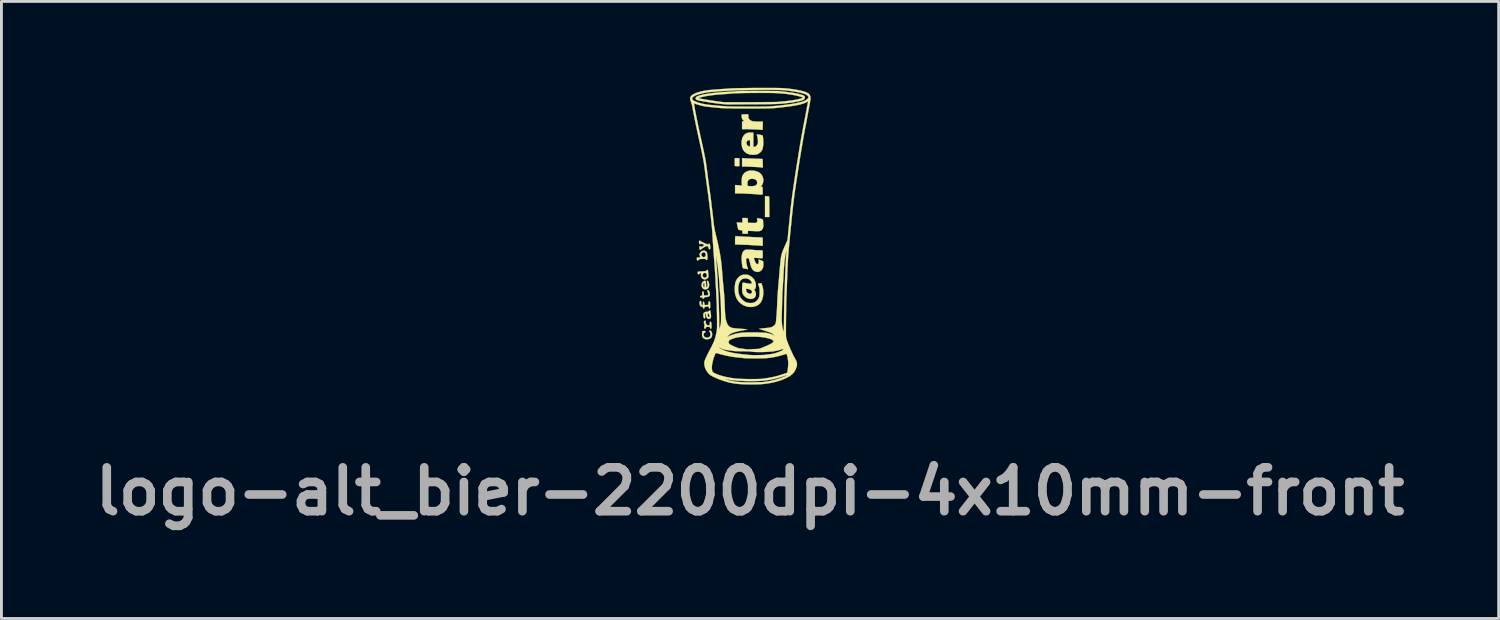
<source format=kicad_pcb>
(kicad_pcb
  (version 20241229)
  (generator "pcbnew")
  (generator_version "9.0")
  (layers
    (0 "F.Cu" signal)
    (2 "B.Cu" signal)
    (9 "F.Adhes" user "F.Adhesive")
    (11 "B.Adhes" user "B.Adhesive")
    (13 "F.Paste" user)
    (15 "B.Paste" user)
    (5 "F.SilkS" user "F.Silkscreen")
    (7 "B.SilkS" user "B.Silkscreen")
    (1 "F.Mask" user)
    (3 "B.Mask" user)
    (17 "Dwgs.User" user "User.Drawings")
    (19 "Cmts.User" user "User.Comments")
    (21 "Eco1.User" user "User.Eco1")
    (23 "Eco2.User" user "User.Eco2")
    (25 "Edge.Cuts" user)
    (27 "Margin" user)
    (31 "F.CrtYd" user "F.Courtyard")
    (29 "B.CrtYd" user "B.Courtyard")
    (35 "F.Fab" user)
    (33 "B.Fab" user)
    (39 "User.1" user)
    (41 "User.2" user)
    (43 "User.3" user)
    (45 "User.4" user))
  (footprint "logo-alt_bier-2200dpi-4x10mm-front"
    (layer "F.Cu")
    (at 23.012 5.148)
    (property "Reference" "logo-alt_bier-2200dpi-4x10mm-front" (at 0 8.875 0) (layer "F.Fab") (effects (font (size 1.524 1.524) (thickness 0.3))))
    (attr through_hole)
    (fp_poly (pts (xy 0.586 -1.379) (xy 0.623 -1.377) (xy 0.651 -1.375) (xy 0.661 -1.375) (xy 0.663 -1.363) (xy 0.665 -1.332) (xy 0.667 -1.283) (xy 0.668 -1.219) (xy 0.669 -1.143) (xy 0.67 -1.058) (xy 0.67 -1.016) (xy 0.67 -0.658) (xy 0.52 -0.658) (xy 0.52 -1.382) (xy 0.586 -1.379)) (stroke (width 0.01) (type solid)) (fill yes) (layer "F.SilkS"))
    (fp_poly (pts (xy -0.45 -2.704) (xy -0.369 -2.7) (xy -0.369 -2.425) (xy -0.45 -2.425) (xy -0.497 -2.426) (xy -0.524 -2.431) (xy -0.531 -2.439) (xy -0.532 -2.462) (xy -0.532 -2.5) (xy -0.532 -2.547) (xy -0.532 -2.595) (xy -0.532 -2.64) (xy -0.532 -2.673) (xy -0.532 -2.69) (xy -0.527 -2.699) (xy -0.511 -2.704) (xy -0.48 -2.705) (xy -0.45 -2.704)) (stroke (width 0.01) (type solid)) (fill yes) (layer "F.SilkS"))
    (fp_poly (pts (xy -0.17 -2.697) (xy -0.125 -2.695) (xy -0.063 -2.692) (xy 0.012 -2.689) (xy 0.093 -2.686) (xy 0.175 -2.683) (xy 0.185 -2.683) (xy 0.258 -2.681) (xy 0.322 -2.679) (xy 0.375 -2.677) (xy 0.413 -2.675) (xy 0.433 -2.675) (xy 0.435 -2.674) (xy 0.436 -2.663) (xy 0.437 -2.633) (xy 0.439 -2.588) (xy 0.441 -2.534) (xy 0.441 -2.526) (xy 0.446 -2.378) (xy 0.409 -2.378) (xy 0.383 -2.38) (xy 0.368 -2.384) (xy 0.368 -2.384) (xy 0.355 -2.386) (xy 0.323 -2.389) (xy 0.277 -2.392) (xy 0.22 -2.395) (xy 0.19 -2.396) (xy 0.124 -2.399) (xy 0.061 -2.402) (xy 0.007 -2.405) (xy -0.032 -2.407) (xy -0.04 -2.407) (xy -0.082 -2.409) (xy -0.135 -2.411) (xy -0.188 -2.412) (xy -0.277 -2.413) (xy -0.277 -2.705) (xy -0.17 -2.697)) (stroke (width 0.01) (type solid)) (fill yes) (layer "F.SilkS"))
    (fp_poly (pts (xy -1.389 3.281) (xy -1.363 3.297) (xy -1.339 3.329) (xy -1.323 3.371) (xy -1.316 3.417) (xy -1.316 3.42) (xy -1.325 3.485) (xy -1.35 3.535) (xy -1.392 3.569) (xy -1.451 3.587) (xy -1.495 3.591) (xy -1.554 3.586) (xy -1.597 3.57) (xy -1.601 3.568) (xy -1.635 3.536) (xy -1.659 3.49) (xy -1.67 3.44) (xy -1.666 3.401) (xy -1.66 3.371) (xy -1.663 3.348) (xy -1.663 3.347) (xy -1.666 3.326) (xy -1.649 3.311) (xy -1.615 3.303) (xy -1.598 3.302) (xy -1.566 3.304) (xy -1.551 3.31) (xy -1.547 3.324) (xy -1.547 3.325) (xy -1.558 3.348) (xy -1.575 3.359) (xy -1.599 3.38) (xy -1.612 3.412) (xy -1.611 3.45) (xy -1.599 3.486) (xy -1.576 3.514) (xy -1.567 3.519) (xy -1.517 3.534) (xy -1.466 3.534) (xy -1.421 3.519) (xy -1.402 3.505) (xy -1.38 3.467) (xy -1.373 3.421) (xy -1.381 3.374) (xy -1.398 3.344) (xy -1.413 3.316) (xy -1.414 3.293) (xy -1.401 3.281) (xy -1.389 3.281)) (stroke (width 0.01) (type solid)) (fill yes) (layer "F.SilkS"))
    (fp_poly (pts (xy -1.44 1.895) (xy -1.422 1.922) (xy -1.407 1.96) (xy -1.399 2.004) (xy -1.398 2.022) (xy -1.403 2.066) (xy -1.422 2.095) (xy -1.458 2.113) (xy -1.513 2.122) (xy -1.516 2.122) (xy -1.557 2.126) (xy -1.581 2.131) (xy -1.592 2.14) (xy -1.596 2.152) (xy -1.606 2.172) (xy -1.624 2.181) (xy -1.642 2.179) (xy -1.651 2.163) (xy -1.651 2.16) (xy -1.656 2.144) (xy -1.675 2.136) (xy -1.694 2.134) (xy -1.724 2.129) (xy -1.736 2.118) (xy -1.738 2.107) (xy -1.732 2.09) (xy -1.71 2.082) (xy -1.7 2.08) (xy -1.663 2.077) (xy -1.663 2.002) (xy -1.662 1.962) (xy -1.658 1.939) (xy -1.651 1.93) (xy -1.641 1.928) (xy -1.621 1.934) (xy -1.61 1.955) (xy -1.605 1.993) (xy -1.605 2.016) (xy -1.605 2.067) (xy -1.548 2.067) (xy -1.511 2.065) (xy -1.481 2.062) (xy -1.473 2.06) (xy -1.459 2.043) (xy -1.455 2.011) (xy -1.463 1.969) (xy -1.472 1.943) (xy -1.483 1.909) (xy -1.479 1.89) (xy -1.478 1.889) (xy -1.459 1.882) (xy -1.44 1.895)) (stroke (width 0.01) (type solid)) (fill yes) (layer "F.SilkS"))
    (fp_poly (pts (xy -1.547 1.566) (xy -1.538 1.592) (xy -1.532 1.637) (xy -1.529 1.674) (xy -1.525 1.723) (xy -1.52 1.761) (xy -1.515 1.785) (xy -1.511 1.79) (xy -1.499 1.781) (xy -1.488 1.765) (xy -1.481 1.736) (xy -1.482 1.69) (xy -1.491 1.624) (xy -1.496 1.595) (xy -1.5 1.569) (xy -1.494 1.56) (xy -1.477 1.561) (xy -1.454 1.575) (xy -1.436 1.608) (xy -1.425 1.657) (xy -1.421 1.706) (xy -1.429 1.764) (xy -1.453 1.81) (xy -1.49 1.842) (xy -1.535 1.858) (xy -1.586 1.854) (xy -1.619 1.841) (xy -1.655 1.809) (xy -1.677 1.765) (xy -1.686 1.715) (xy -1.684 1.698) (xy -1.633 1.698) (xy -1.632 1.723) (xy -1.623 1.749) (xy -1.607 1.78) (xy -1.595 1.788) (xy -1.586 1.774) (xy -1.582 1.737) (xy -1.582 1.715) (xy -1.584 1.667) (xy -1.591 1.64) (xy -1.601 1.635) (xy -1.615 1.651) (xy -1.623 1.667) (xy -1.633 1.698) (xy -1.684 1.698) (xy -1.68 1.663) (xy -1.661 1.617) (xy -1.628 1.583) (xy -1.617 1.576) (xy -1.584 1.561) (xy -1.562 1.557) (xy -1.547 1.566)) (stroke (width 0.01) (type solid)) (fill yes) (layer "F.SilkS"))
    (fp_poly (pts (xy -1.541 2.947) (xy -1.537 2.961) (xy -1.541 2.985) (xy -1.543 3.017) (xy -1.534 3.044) (xy -1.518 3.067) (xy -1.495 3.093) (xy -1.474 3.103) (xy -1.445 3.103) (xy -1.403 3.1) (xy -1.399 3.039) (xy -1.396 3.003) (xy -1.389 2.985) (xy -1.377 2.979) (xy -1.375 2.979) (xy -1.36 2.987) (xy -1.349 3.012) (xy -1.342 3.057) (xy -1.34 3.122) (xy -1.339 3.143) (xy -1.34 3.185) (xy -1.343 3.208) (xy -1.35 3.219) (xy -1.362 3.221) (xy -1.363 3.221) (xy -1.382 3.213) (xy -1.393 3.188) (xy -1.393 3.185) (xy -1.4 3.161) (xy -1.414 3.154) (xy -1.435 3.157) (xy -1.473 3.162) (xy -1.502 3.163) (xy -1.526 3.167) (xy -1.535 3.181) (xy -1.536 3.192) (xy -1.541 3.215) (xy -1.557 3.221) (xy -1.579 3.217) (xy -1.586 3.213) (xy -1.592 3.196) (xy -1.593 3.167) (xy -1.591 3.136) (xy -1.586 3.112) (xy -1.58 3.103) (xy -1.574 3.093) (xy -1.585 3.072) (xy -1.585 3.071) (xy -1.602 3.034) (xy -1.605 2.997) (xy -1.594 2.966) (xy -1.572 2.947) (xy -1.555 2.944) (xy -1.541 2.947)) (stroke (width 0.01) (type solid)) (fill yes) (layer "F.SilkS"))
    (fp_poly (pts (xy -0.457 0.009) (xy -0.413 0.012) (xy -0.402 0.013) (xy -0.356 0.016) (xy -0.295 0.02) (xy -0.224 0.024) (xy -0.151 0.028) (xy -0.123 0.029) (xy -0.057 0.032) (xy 0.004 0.035) (xy 0.053 0.038) (xy 0.087 0.04) (xy 0.098 0.041) (xy 0.123 0.043) (xy 0.165 0.045) (xy 0.218 0.046) (xy 0.278 0.047) (xy 0.28 0.047) (xy 0.336 0.049) (xy 0.384 0.052) (xy 0.418 0.055) (xy 0.434 0.06) (xy 0.435 0.06) (xy 0.437 0.075) (xy 0.439 0.109) (xy 0.441 0.155) (xy 0.441 0.206) (xy 0.441 0.341) (xy 0.411 0.342) (xy 0.388 0.341) (xy 0.378 0.34) (xy 0.366 0.338) (xy 0.335 0.335) (xy 0.29 0.333) (xy 0.234 0.33) (xy 0.213 0.329) (xy 0.152 0.326) (xy 0.097 0.322) (xy 0.054 0.32) (xy 0.027 0.317) (xy 0.024 0.317) (xy 0.004 0.315) (xy -0.035 0.313) (xy -0.089 0.311) (xy -0.155 0.308) (xy -0.23 0.306) (xy -0.262 0.304) (xy -0.52 0.297) (xy -0.52 0.155) (xy -0.519 0.087) (xy -0.515 0.04) (xy -0.511 0.014) (xy -0.507 0.009) (xy -0.49 0.008) (xy -0.457 0.009)) (stroke (width 0.01) (type solid)) (fill yes) (layer "F.SilkS"))
    (fp_poly (pts (xy -0.082 -4.227) (xy -0.078 -4.226) (xy -0.067 -4.222) (xy -0.06 -4.208) (xy -0.058 -4.178) (xy -0.058 -4.155) (xy -0.057 -4.114) (xy -0.051 -4.088) (xy -0.037 -4.065) (xy -0.014 -4.041) (xy 0.015 -4.016) (xy 0.05 -3.998) (xy 0.093 -3.985) (xy 0.149 -3.977) (xy 0.221 -3.973) (xy 0.298 -3.972) (xy 0.445 -3.972) (xy 0.442 -3.853) (xy 0.441 -3.801) (xy 0.44 -3.754) (xy 0.44 -3.721) (xy 0.439 -3.709) (xy 0.433 -3.688) (xy 0.412 -3.683) (xy 0.389 -3.685) (xy 0.38 -3.688) (xy 0.367 -3.69) (xy 0.335 -3.693) (xy 0.287 -3.696) (xy 0.228 -3.699) (xy 0.161 -3.702) (xy 0.089 -3.705) (xy 0.018 -3.708) (xy -0.05 -3.71) (xy -0.11 -3.711) (xy -0.159 -3.712) (xy -0.277 -3.712) (xy -0.277 -3.848) (xy -0.277 -3.983) (xy -0.203 -3.983) (xy -0.233 -4.015) (xy -0.257 -4.044) (xy -0.276 -4.072) (xy -0.277 -4.074) (xy -0.284 -4.098) (xy -0.289 -4.132) (xy -0.292 -4.169) (xy -0.292 -4.201) (xy -0.288 -4.218) (xy -0.287 -4.219) (xy -0.275 -4.221) (xy -0.245 -4.223) (xy -0.205 -4.225) (xy -0.16 -4.226) (xy -0.117 -4.227) (xy -0.082 -4.227)) (stroke (width 0.01) (type solid)) (fill yes) (layer "F.SilkS"))
    (fp_poly (pts (xy -1.386 2.589) (xy -1.378 2.602) (xy -1.373 2.63) (xy -1.37 2.658) (xy -1.365 2.706) (xy -1.359 2.752) (xy -1.356 2.777) (xy -1.357 2.822) (xy -1.374 2.857) (xy -1.401 2.879) (xy -1.434 2.886) (xy -1.468 2.875) (xy -1.488 2.859) (xy -1.514 2.818) (xy -1.531 2.765) (xy -1.536 2.722) (xy -1.537 2.709) (xy -1.477 2.709) (xy -1.475 2.741) (xy -1.475 2.742) (xy -1.467 2.781) (xy -1.453 2.81) (xy -1.438 2.826) (xy -1.423 2.826) (xy -1.413 2.807) (xy -1.411 2.797) (xy -1.413 2.768) (xy -1.423 2.735) (xy -1.439 2.707) (xy -1.456 2.691) (xy -1.461 2.69) (xy -1.473 2.694) (xy -1.477 2.709) (xy -1.537 2.709) (xy -1.539 2.7) (xy -1.55 2.697) (xy -1.554 2.698) (xy -1.566 2.707) (xy -1.569 2.727) (xy -1.566 2.758) (xy -1.561 2.796) (xy -1.557 2.827) (xy -1.556 2.834) (xy -1.561 2.854) (xy -1.578 2.861) (xy -1.596 2.859) (xy -1.608 2.844) (xy -1.616 2.821) (xy -1.627 2.754) (xy -1.622 2.702) (xy -1.598 2.665) (xy -1.556 2.642) (xy -1.496 2.633) (xy -1.483 2.632) (xy -1.45 2.63) (xy -1.434 2.621) (xy -1.428 2.609) (xy -1.413 2.59) (xy -1.399 2.586) (xy -1.386 2.589)) (stroke (width 0.01) (type solid)) (fill yes) (layer "F.SilkS"))
    (fp_poly (pts (xy -1.708 2.261) (xy -1.699 2.287) (xy -1.697 2.316) (xy -1.693 2.365) (xy -1.68 2.398) (xy -1.661 2.413) (xy -1.657 2.413) (xy -1.646 2.405) (xy -1.64 2.38) (xy -1.637 2.347) (xy -1.633 2.307) (xy -1.627 2.286) (xy -1.616 2.28) (xy -1.603 2.29) (xy -1.593 2.321) (xy -1.589 2.341) (xy -1.578 2.403) (xy -1.514 2.399) (xy -1.449 2.396) (xy -1.445 2.335) (xy -1.442 2.299) (xy -1.435 2.28) (xy -1.424 2.275) (xy -1.421 2.274) (xy -1.406 2.278) (xy -1.395 2.29) (xy -1.389 2.314) (xy -1.386 2.354) (xy -1.385 2.414) (xy -1.386 2.463) (xy -1.388 2.493) (xy -1.392 2.51) (xy -1.4 2.516) (xy -1.409 2.517) (xy -1.427 2.51) (xy -1.432 2.489) (xy -1.434 2.467) (xy -1.443 2.456) (xy -1.465 2.452) (xy -1.504 2.454) (xy -1.516 2.456) (xy -1.553 2.46) (xy -1.573 2.467) (xy -1.581 2.479) (xy -1.584 2.492) (xy -1.594 2.519) (xy -1.61 2.526) (xy -1.626 2.514) (xy -1.634 2.494) (xy -1.643 2.469) (xy -1.661 2.46) (xy -1.673 2.459) (xy -1.705 2.451) (xy -1.726 2.436) (xy -1.742 2.407) (xy -1.751 2.366) (xy -1.753 2.322) (xy -1.748 2.285) (xy -1.74 2.27) (xy -1.722 2.255) (xy -1.708 2.261)) (stroke (width 0.01) (type solid)) (fill yes) (layer "F.SilkS"))
    (fp_poly (pts (xy -1.577 0.513) (xy -1.534 0.533) (xy -1.505 0.564) (xy -1.496 0.589) (xy -1.489 0.628) (xy -1.484 0.676) (xy -1.481 0.727) (xy -1.482 0.773) (xy -1.485 0.809) (xy -1.491 0.828) (xy -1.51 0.836) (xy -1.528 0.829) (xy -1.536 0.813) (xy -1.542 0.803) (xy -1.563 0.798) (xy -1.604 0.797) (xy -1.609 0.797) (xy -1.686 0.799) (xy -1.741 0.805) (xy -1.776 0.815) (xy -1.789 0.83) (xy -1.79 0.833) (xy -1.799 0.849) (xy -1.819 0.855) (xy -1.839 0.847) (xy -1.84 0.847) (xy -1.845 0.831) (xy -1.847 0.802) (xy -1.847 0.795) (xy -1.847 0.75) (xy -1.788 0.75) (xy -1.754 0.75) (xy -1.737 0.746) (xy -1.734 0.736) (xy -1.737 0.724) (xy -1.748 0.677) (xy -1.75 0.652) (xy -1.697 0.652) (xy -1.687 0.685) (xy -1.662 0.716) (xy -1.63 0.735) (xy -1.611 0.739) (xy -1.581 0.731) (xy -1.559 0.716) (xy -1.541 0.683) (xy -1.538 0.643) (xy -1.55 0.604) (xy -1.574 0.575) (xy -1.575 0.575) (xy -1.606 0.566) (xy -1.64 0.575) (xy -1.671 0.596) (xy -1.692 0.626) (xy -1.697 0.652) (xy -1.75 0.652) (xy -1.751 0.643) (xy -1.745 0.613) (xy -1.739 0.597) (xy -1.711 0.553) (xy -1.67 0.524) (xy -1.624 0.511) (xy -1.577 0.513)) (stroke (width 0.01) (type solid)) (fill yes) (layer "F.SilkS"))
    (fp_poly (pts (xy -1.471 1.185) (xy -1.462 1.2) (xy -1.458 1.229) (xy -1.457 1.241) (xy -1.454 1.288) (xy -1.449 1.341) (xy -1.447 1.365) (xy -1.445 1.404) (xy -1.448 1.429) (xy -1.459 1.449) (xy -1.481 1.472) (xy -1.527 1.504) (xy -1.576 1.513) (xy -1.628 1.499) (xy -1.647 1.489) (xy -1.685 1.452) (xy -1.705 1.402) (xy -1.705 1.365) (xy -1.651 1.365) (xy -1.642 1.405) (xy -1.619 1.434) (xy -1.588 1.451) (xy -1.554 1.452) (xy -1.522 1.436) (xy -1.518 1.431) (xy -1.5 1.398) (xy -1.498 1.36) (xy -1.509 1.323) (xy -1.532 1.295) (xy -1.563 1.282) (xy -1.57 1.282) (xy -1.603 1.292) (xy -1.632 1.317) (xy -1.649 1.35) (xy -1.651 1.365) (xy -1.705 1.365) (xy -1.705 1.345) (xy -1.701 1.313) (xy -1.704 1.298) (xy -1.716 1.293) (xy -1.727 1.293) (xy -1.754 1.301) (xy -1.763 1.316) (xy -1.777 1.335) (xy -1.79 1.339) (xy -1.805 1.332) (xy -1.814 1.307) (xy -1.816 1.296) (xy -1.818 1.266) (xy -1.817 1.246) (xy -1.816 1.244) (xy -1.803 1.239) (xy -1.774 1.236) (xy -1.75 1.235) (xy -1.707 1.234) (xy -1.652 1.232) (xy -1.601 1.228) (xy -1.556 1.223) (xy -1.529 1.218) (xy -1.516 1.211) (xy -1.512 1.2) (xy -1.512 1.198) (xy -1.506 1.182) (xy -1.486 1.18) (xy -1.471 1.185)) (stroke (width 0.01) (type solid)) (fill yes) (layer "F.SilkS"))
    (fp_poly (pts (xy -1.735 0.166) (xy -1.724 0.177) (xy -1.711 0.187) (xy -1.681 0.203) (xy -1.641 0.223) (xy -1.594 0.245) (xy -1.548 0.266) (xy -1.505 0.284) (xy -1.473 0.296) (xy -1.455 0.3) (xy -1.445 0.291) (xy -1.443 0.283) (xy -1.434 0.269) (xy -1.422 0.266) (xy -1.405 0.274) (xy -1.393 0.301) (xy -1.387 0.347) (xy -1.385 0.401) (xy -1.386 0.437) (xy -1.39 0.455) (xy -1.399 0.461) (xy -1.411 0.46) (xy -1.43 0.452) (xy -1.439 0.432) (xy -1.441 0.414) (xy -1.447 0.383) (xy -1.464 0.365) (xy -1.478 0.358) (xy -1.496 0.352) (xy -1.513 0.352) (xy -1.535 0.36) (xy -1.567 0.376) (xy -1.606 0.399) (xy -1.647 0.424) (xy -1.681 0.447) (xy -1.701 0.464) (xy -1.705 0.469) (xy -1.72 0.483) (xy -1.731 0.485) (xy -1.746 0.479) (xy -1.755 0.457) (xy -1.759 0.432) (xy -1.762 0.398) (xy -1.762 0.374) (xy -1.76 0.368) (xy -1.743 0.358) (xy -1.723 0.363) (xy -1.713 0.375) (xy -1.706 0.383) (xy -1.691 0.381) (xy -1.663 0.367) (xy -1.653 0.362) (xy -1.614 0.339) (xy -1.594 0.324) (xy -1.593 0.312) (xy -1.609 0.301) (xy -1.634 0.29) (xy -1.68 0.272) (xy -1.708 0.266) (xy -1.72 0.273) (xy -1.72 0.277) (xy -1.73 0.287) (xy -1.742 0.289) (xy -1.758 0.282) (xy -1.768 0.259) (xy -1.771 0.243) (xy -1.774 0.21) (xy -1.772 0.183) (xy -1.771 0.18) (xy -1.756 0.164) (xy -1.735 0.166)) (stroke (width 0.01) (type solid)) (fill yes) (layer "F.SilkS"))
    (fp_poly (pts (xy -0.122 -0.622) (xy -0.092 -0.618) (xy -0.08 -0.611) (xy -0.08 -0.609) (xy -0.079 -0.59) (xy -0.078 -0.557) (xy -0.077 -0.525) (xy -0.075 -0.456) (xy 0.067 -0.452) (xy 0.129 -0.451) (xy 0.171 -0.452) (xy 0.199 -0.454) (xy 0.218 -0.459) (xy 0.231 -0.468) (xy 0.233 -0.47) (xy 0.247 -0.486) (xy 0.252 -0.506) (xy 0.251 -0.539) (xy 0.25 -0.555) (xy 0.243 -0.619) (xy 0.341 -0.602) (xy 0.397 -0.59) (xy 0.432 -0.578) (xy 0.445 -0.567) (xy 0.449 -0.548) (xy 0.453 -0.512) (xy 0.456 -0.464) (xy 0.458 -0.427) (xy 0.46 -0.371) (xy 0.46 -0.332) (xy 0.456 -0.303) (xy 0.449 -0.279) (xy 0.437 -0.254) (xy 0.417 -0.221) (xy 0.396 -0.196) (xy 0.369 -0.18) (xy 0.333 -0.17) (xy 0.284 -0.165) (xy 0.219 -0.165) (xy 0.156 -0.168) (xy 0.093 -0.171) (xy 0.036 -0.173) (xy -0.01 -0.175) (xy -0.04 -0.177) (xy -0.046 -0.177) (xy -0.064 -0.176) (xy -0.073 -0.166) (xy -0.076 -0.142) (xy -0.076 -0.127) (xy -0.077 -0.075) (xy -0.122 -0.075) (xy -0.165 -0.076) (xy -0.211 -0.078) (xy -0.216 -0.079) (xy -0.266 -0.082) (xy -0.266 -0.139) (xy -0.267 -0.174) (xy -0.273 -0.192) (xy -0.285 -0.197) (xy -0.286 -0.197) (xy -0.319 -0.199) (xy -0.356 -0.204) (xy -0.387 -0.211) (xy -0.404 -0.217) (xy -0.405 -0.218) (xy -0.41 -0.231) (xy -0.418 -0.261) (xy -0.428 -0.302) (xy -0.438 -0.348) (xy -0.448 -0.393) (xy -0.456 -0.432) (xy -0.461 -0.458) (xy -0.462 -0.465) (xy -0.451 -0.468) (xy -0.423 -0.469) (xy -0.382 -0.468) (xy -0.364 -0.467) (xy -0.266 -0.459) (xy -0.266 -0.623) (xy -0.173 -0.623) (xy -0.122 -0.622)) (stroke (width 0.01) (type solid)) (fill yes) (layer "F.SilkS"))
    (fp_poly (pts (xy 0.078 -3.592) (xy 0.115 -3.591) (xy 0.115 -3.094) (xy 0.149 -3.094) (xy 0.182 -3.101) (xy 0.211 -3.117) (xy 0.248 -3.16) (xy 0.27 -3.217) (xy 0.276 -3.29) (xy 0.267 -3.378) (xy 0.255 -3.435) (xy 0.245 -3.477) (xy 0.238 -3.51) (xy 0.235 -3.528) (xy 0.235 -3.53) (xy 0.247 -3.529) (xy 0.275 -3.525) (xy 0.313 -3.519) (xy 0.354 -3.512) (xy 0.393 -3.505) (xy 0.422 -3.499) (xy 0.435 -3.495) (xy 0.435 -3.495) (xy 0.441 -3.478) (xy 0.448 -3.442) (xy 0.454 -3.395) (xy 0.458 -3.339) (xy 0.461 -3.281) (xy 0.461 -3.274) (xy 0.459 -3.175) (xy 0.448 -3.086) (xy 0.43 -3.013) (xy 0.415 -2.978) (xy 0.379 -2.927) (xy 0.328 -2.882) (xy 0.27 -2.847) (xy 0.238 -2.834) (xy 0.17 -2.821) (xy 0.094 -2.818) (xy 0.018 -2.824) (xy -0.043 -2.839) (xy -0.127 -2.877) (xy -0.194 -2.93) (xy -0.243 -2.997) (xy -0.276 -3.079) (xy -0.292 -3.177) (xy -0.294 -3.204) (xy -0.294 -3.215) (xy -0.127 -3.215) (xy -0.109 -3.171) (xy -0.088 -3.145) (xy -0.059 -3.122) (xy -0.033 -3.108) (xy -0.024 -3.106) (xy -0.013 -3.107) (xy -0.006 -3.114) (xy -0.002 -3.13) (xy -0.000465 -3.161) (xy -0.000009 -3.209) (xy 0 -3.222) (xy -0.000414 -3.275) (xy -0.002 -3.309) (xy -0.006 -3.327) (xy -0.012 -3.333) (xy -0.018 -3.332) (xy -0.045 -3.326) (xy -0.053 -3.325) (xy -0.073 -3.317) (xy -0.097 -3.299) (xy -0.099 -3.297) (xy -0.124 -3.258) (xy -0.127 -3.215) (xy -0.294 -3.215) (xy -0.29 -3.309) (xy -0.269 -3.4) (xy -0.231 -3.474) (xy -0.194 -3.518) (xy -0.153 -3.552) (xy -0.106 -3.574) (xy -0.051 -3.588) (xy 0.018 -3.593) (xy 0.078 -3.592)) (stroke (width 0.01) (type solid)) (fill yes) (layer "F.SilkS"))
    (fp_poly (pts (xy 0.086 -2.272) (xy 0.187 -2.257) (xy 0.275 -2.226) (xy 0.347 -2.181) (xy 0.403 -2.123) (xy 0.441 -2.052) (xy 0.46 -1.971) (xy 0.462 -1.934) (xy 0.455 -1.86) (xy 0.432 -1.797) (xy 0.402 -1.752) (xy 0.383 -1.724) (xy 0.381 -1.71) (xy 0.397 -1.706) (xy 0.412 -1.708) (xy 0.424 -1.705) (xy 0.433 -1.693) (xy 0.438 -1.667) (xy 0.441 -1.625) (xy 0.441 -1.563) (xy 0.441 -1.56) (xy 0.441 -1.506) (xy 0.439 -1.469) (xy 0.431 -1.447) (xy 0.414 -1.437) (xy 0.384 -1.435) (xy 0.337 -1.439) (xy 0.294 -1.443) (xy 0.249 -1.447) (xy 0.187 -1.452) (xy 0.117 -1.456) (xy 0.044 -1.46) (xy 0.023 -1.461) (xy -0.04 -1.464) (xy -0.096 -1.467) (xy -0.139 -1.47) (xy -0.167 -1.472) (xy -0.173 -1.473) (xy -0.191 -1.474) (xy -0.226 -1.475) (xy -0.276 -1.476) (xy -0.334 -1.477) (xy -0.355 -1.477) (xy -0.52 -1.478) (xy -0.52 -1.769) (xy -0.275 -1.753) (xy -0.283 -1.778) (xy -0.287 -1.801) (xy -0.289 -1.833) (xy -0.092 -1.833) (xy -0.091 -1.785) (xy -0.084 -1.755) (xy -0.069 -1.739) (xy -0.041 -1.732) (xy -0.007 -1.729) (xy 0.083 -1.729) (xy 0.153 -1.739) (xy 0.202 -1.759) (xy 0.218 -1.772) (xy 0.24 -1.8) (xy 0.248 -1.835) (xy 0.248 -1.852) (xy 0.238 -1.904) (xy 0.209 -1.944) (xy 0.162 -1.971) (xy 0.099 -1.985) (xy 0.069 -1.986) (xy 0.004 -1.978) (xy -0.044 -1.953) (xy -0.076 -1.913) (xy -0.091 -1.858) (xy -0.092 -1.833) (xy -0.289 -1.833) (xy -0.289 -1.84) (xy -0.291 -1.889) (xy -0.291 -1.916) (xy -0.287 -2.001) (xy -0.272 -2.071) (xy -0.245 -2.128) (xy -0.205 -2.177) (xy -0.187 -2.194) (xy -0.127 -2.236) (xy -0.058 -2.262) (xy 0.023 -2.273) (xy 0.086 -2.272)) (stroke (width 0.01) (type solid)) (fill yes) (layer "F.SilkS"))
    (fp_poly (pts (xy -0.033 0.477) (xy 0.011 0.479) (xy 0.066 0.483) (xy 0.113 0.486) (xy 0.147 0.489) (xy 0.162 0.491) (xy 0.163 0.491) (xy 0.176 0.493) (xy 0.208 0.495) (xy 0.253 0.497) (xy 0.304 0.498) (xy 0.363 0.5) (xy 0.402 0.502) (xy 0.426 0.506) (xy 0.437 0.512) (xy 0.439 0.519) (xy 0.44 0.538) (xy 0.44 0.573) (xy 0.44 0.621) (xy 0.44 0.658) (xy 0.439 0.712) (xy 0.438 0.747) (xy 0.434 0.767) (xy 0.428 0.776) (xy 0.419 0.777) (xy 0.419 0.777) (xy 0.4 0.776) (xy 0.363 0.773) (xy 0.314 0.77) (xy 0.265 0.767) (xy 0.13 0.759) (xy 0.158 0.844) (xy 0.175 0.89) (xy 0.194 0.93) (xy 0.212 0.956) (xy 0.213 0.957) (xy 0.235 0.976) (xy 0.254 0.978) (xy 0.271 0.972) (xy 0.288 0.961) (xy 0.298 0.944) (xy 0.302 0.916) (xy 0.302 0.871) (xy 0.301 0.864) (xy 0.299 0.821) (xy 0.372 0.845) (xy 0.41 0.859) (xy 0.44 0.873) (xy 0.453 0.882) (xy 0.458 0.902) (xy 0.461 0.938) (xy 0.461 0.983) (xy 0.459 1.03) (xy 0.455 1.073) (xy 0.45 1.099) (xy 0.426 1.152) (xy 0.388 1.199) (xy 0.346 1.23) (xy 0.284 1.251) (xy 0.221 1.249) (xy 0.165 1.229) (xy 0.124 1.204) (xy 0.09 1.172) (xy 0.062 1.13) (xy 0.037 1.074) (xy 0.015 1.001) (xy -0.005 0.918) (xy -0.016 0.872) (xy -0.027 0.832) (xy -0.036 0.806) (xy -0.057 0.776) (xy -0.084 0.766) (xy -0.114 0.778) (xy -0.118 0.781) (xy -0.13 0.795) (xy -0.136 0.812) (xy -0.138 0.839) (xy -0.136 0.882) (xy -0.135 0.889) (xy -0.128 0.945) (xy -0.115 1.009) (xy -0.1 1.066) (xy -0.071 1.157) (xy -0.096 1.15) (xy -0.122 1.145) (xy -0.16 1.139) (xy -0.183 1.136) (xy -0.212 1.132) (xy -0.233 1.124) (xy -0.248 1.11) (xy -0.259 1.086) (xy -0.267 1.048) (xy -0.276 0.992) (xy -0.28 0.962) (xy -0.292 0.837) (xy -0.292 0.73) (xy -0.28 0.642) (xy -0.257 0.571) (xy -0.222 0.52) (xy -0.177 0.489) (xy -0.154 0.481) (xy -0.125 0.477) (xy -0.087 0.476) (xy -0.033 0.477)) (stroke (width 0.01) (type solid)) (fill yes) (layer "F.SilkS"))
    (fp_poly (pts (xy -0.118 1.346) (xy -0.082 1.351) (xy -0.05 1.361) (xy -0.012 1.379) (xy -0.002 1.385) (xy 0.076 1.44) (xy 0.138 1.509) (xy 0.18 1.591) (xy 0.202 1.68) (xy 0.204 1.732) (xy 0.198 1.782) (xy 0.184 1.823) (xy 0.164 1.848) (xy 0.163 1.849) (xy 0.15 1.859) (xy 0.15 1.871) (xy 0.161 1.891) (xy 0.168 1.902) (xy 0.194 1.956) (xy 0.204 2.017) (xy 0.199 2.076) (xy 0.197 2.083) (xy 0.17 2.131) (xy 0.128 2.166) (xy 0.076 2.185) (xy 0.016 2.19) (xy -0.047 2.181) (xy -0.11 2.157) (xy -0.169 2.117) (xy -0.186 2.102) (xy -0.223 2.06) (xy -0.249 2.016) (xy -0.266 1.963) (xy -0.274 1.899) (xy -0.275 1.869) (xy -0.139 1.869) (xy -0.133 1.907) (xy -0.12 1.941) (xy -0.094 1.973) (xy -0.057 1.995) (xy -0.016 2.007) (xy 0.023 2.006) (xy 0.051 1.991) (xy 0.068 1.96) (xy 0.066 1.925) (xy 0.046 1.891) (xy 0.013 1.865) (xy -0.018 1.854) (xy -0.059 1.844) (xy -0.079 1.841) (xy -0.139 1.833) (xy -0.139 1.869) (xy -0.275 1.869) (xy -0.275 1.819) (xy -0.274 1.774) (xy -0.271 1.72) (xy -0.266 1.674) (xy -0.262 1.641) (xy -0.258 1.627) (xy -0.243 1.625) (xy -0.21 1.627) (xy -0.165 1.634) (xy -0.132 1.64) (xy -0.058 1.655) (xy -0.003 1.662) (xy 0.034 1.662) (xy 0.055 1.655) (xy 0.063 1.64) (xy 0.06 1.617) (xy 0.056 1.606) (xy 0.025 1.554) (xy -0.022 1.514) (xy -0.08 1.487) (xy -0.144 1.475) (xy -0.21 1.478) (xy -0.271 1.499) (xy -0.277 1.502) (xy -0.325 1.541) (xy -0.363 1.598) (xy -0.391 1.669) (xy -0.408 1.75) (xy -0.414 1.837) (xy -0.408 1.927) (xy -0.389 2.016) (xy -0.362 2.091) (xy -0.322 2.157) (xy -0.267 2.22) (xy -0.201 2.272) (xy -0.134 2.308) (xy -0.133 2.308) (xy -0.066 2.325) (xy 0.01 2.332) (xy 0.083 2.328) (xy 0.129 2.319) (xy 0.184 2.292) (xy 0.237 2.248) (xy 0.281 2.193) (xy 0.297 2.166) (xy 0.311 2.135) (xy 0.321 2.103) (xy 0.327 2.064) (xy 0.331 2.012) (xy 0.332 1.983) (xy 0.333 1.896) (xy 0.327 1.824) (xy 0.313 1.761) (xy 0.292 1.706) (xy 0.282 1.678) (xy 0.278 1.66) (xy 0.278 1.658) (xy 0.291 1.654) (xy 0.32 1.649) (xy 0.336 1.646) (xy 0.389 1.639) (xy 0.413 1.694) (xy 0.443 1.789) (xy 0.459 1.894) (xy 0.461 2.002) (xy 0.449 2.108) (xy 0.423 2.204) (xy 0.399 2.26) (xy 0.37 2.31) (xy 0.34 2.348) (xy 0.301 2.383) (xy 0.286 2.394) (xy 0.221 2.431) (xy 0.141 2.456) (xy 0.053 2.468) (xy -0.036 2.467) (xy -0.112 2.453) (xy -0.22 2.413) (xy -0.314 2.354) (xy -0.393 2.28) (xy -0.456 2.19) (xy -0.5 2.087) (xy -0.522 1.996) (xy -0.53 1.924) (xy -0.532 1.843) (xy -0.529 1.76) (xy -0.521 1.681) (xy -0.508 1.614) (xy -0.497 1.58) (xy -0.459 1.506) (xy -0.405 1.441) (xy -0.34 1.389) (xy -0.319 1.377) (xy -0.282 1.36) (xy -0.247 1.351) (xy -0.203 1.346) (xy -0.167 1.346) (xy -0.118 1.346)) (stroke (width 0.01) (type solid)) (fill yes) (layer "F.SilkS"))
    (fp_poly (pts (xy 0.477 -5.04) (xy 0.586 -5.04) (xy 0.687 -5.039) (xy 0.778 -5.038) (xy 0.858 -5.037) (xy 0.923 -5.036) (xy 0.971 -5.035) (xy 0.999 -5.033) (xy 1.159 -5.015) (xy 1.298 -4.999) (xy 1.415 -4.983) (xy 1.512 -4.968) (xy 1.59 -4.955) (xy 1.628 -4.947) (xy 1.715 -4.926) (xy 1.783 -4.908) (xy 1.832 -4.892) (xy 1.867 -4.876) (xy 1.889 -4.859) (xy 1.9 -4.84) (xy 1.905 -4.817) (xy 1.905 -4.809) (xy 1.901 -4.78) (xy 1.886 -4.755) (xy 1.858 -4.734) (xy 1.816 -4.715) (xy 1.757 -4.696) (xy 1.678 -4.677) (xy 1.62 -4.665) (xy 1.553 -4.653) (xy 1.488 -4.641) (xy 1.432 -4.632) (xy 1.389 -4.626) (xy 1.38 -4.625) (xy 1.336 -4.621) (xy 1.279 -4.615) (xy 1.219 -4.608) (xy 1.201 -4.606) (xy 1.139 -4.6) (xy 1.076 -4.595) (xy 1.008 -4.59) (xy 0.935 -4.586) (xy 0.853 -4.583) (xy 0.76 -4.58) (xy 0.656 -4.578) (xy 0.537 -4.576) (xy 0.401 -4.575) (xy 0.247 -4.574) (xy 0.072 -4.573) (xy 0.041 -4.573) (xy -0.087 -4.573) (xy -0.208 -4.572) (xy -0.321 -4.572) (xy -0.424 -4.571) (xy -0.514 -4.571) (xy -0.589 -4.57) (xy -0.648 -4.569) (xy -0.688 -4.568) (xy -0.708 -4.568) (xy -0.709 -4.567) (xy -0.73 -4.567) (xy -0.768 -4.568) (xy -0.818 -4.57) (xy -0.86 -4.573) (xy -0.934 -4.58) (xy -1.02 -4.589) (xy -1.117 -4.601) (xy -1.22 -4.614) (xy -1.326 -4.629) (xy -1.431 -4.645) (xy -1.531 -4.661) (xy -1.623 -4.676) (xy -1.704 -4.691) (xy -1.77 -4.704) (xy -1.816 -4.715) (xy -1.821 -4.716) (xy -1.859 -4.73) (xy -1.879 -4.744) (xy -1.889 -4.764) (xy -1.889 -4.765) (xy -1.89 -4.786) (xy -1.786 -4.786) (xy -1.771 -4.78) (xy -1.75 -4.774) (xy -1.71 -4.766) (xy -1.653 -4.756) (xy -1.583 -4.744) (xy -1.504 -4.731) (xy -1.418 -4.718) (xy -1.329 -4.704) (xy -1.24 -4.69) (xy -1.155 -4.678) (xy -1.076 -4.667) (xy -1.008 -4.658) (xy -0.953 -4.651) (xy -0.929 -4.649) (xy -0.909 -4.648) (xy -0.867 -4.647) (xy -0.807 -4.647) (xy -0.731 -4.646) (xy -0.641 -4.646) (xy -0.539 -4.646) (xy -0.427 -4.646) (xy -0.308 -4.646) (xy -0.183 -4.647) (xy -0.055 -4.647) (xy 0.075 -4.648) (xy 0.203 -4.648) (xy 0.329 -4.649) (xy 0.449 -4.65) (xy 0.562 -4.65) (xy 0.665 -4.651) (xy 0.756 -4.652) (xy 0.834 -4.653) (xy 0.895 -4.654) (xy 0.938 -4.655) (xy 0.961 -4.656) (xy 0.964 -4.656) (xy 0.992 -4.66) (xy 1.035 -4.665) (xy 1.084 -4.669) (xy 1.091 -4.67) (xy 1.201 -4.679) (xy 1.309 -4.691) (xy 1.412 -4.704) (xy 1.509 -4.719) (xy 1.597 -4.734) (xy 1.674 -4.75) (xy 1.738 -4.766) (xy 1.787 -4.781) (xy 1.819 -4.795) (xy 1.831 -4.808) (xy 1.828 -4.815) (xy 1.812 -4.823) (xy 1.777 -4.834) (xy 1.728 -4.847) (xy 1.67 -4.862) (xy 1.606 -4.877) (xy 1.541 -4.89) (xy 1.48 -4.902) (xy 1.426 -4.911) (xy 1.426 -4.911) (xy 1.333 -4.925) (xy 1.248 -4.936) (xy 1.167 -4.945) (xy 1.087 -4.953) (xy 1.005 -4.958) (xy 0.917 -4.963) (xy 0.821 -4.966) (xy 0.713 -4.968) (xy 0.589 -4.969) (xy 0.447 -4.97) (xy 0.381 -4.97) (xy 0.216 -4.97) (xy 0.058 -4.969) (xy -0.09 -4.967) (xy -0.227 -4.965) (xy -0.351 -4.962) (xy -0.459 -4.959) (xy -0.55 -4.955) (xy -0.622 -4.951) (xy -0.664 -4.947) (xy -0.698 -4.943) (xy -0.741 -4.94) (xy -0.796 -4.935) (xy -0.866 -4.93) (xy -0.953 -4.924) (xy -1.039 -4.918) (xy -1.149 -4.909) (xy -1.261 -4.897) (xy -1.372 -4.883) (xy -1.478 -4.867) (xy -1.575 -4.85) (xy -1.659 -4.832) (xy -1.726 -4.814) (xy -1.761 -4.802) (xy -1.783 -4.793) (xy -1.786 -4.786) (xy -1.89 -4.786) (xy -1.891 -4.794) (xy -1.878 -4.819) (xy -1.85 -4.842) (xy -1.803 -4.864) (xy -1.737 -4.886) (xy -1.68 -4.901) (xy -1.595 -4.92) (xy -1.492 -4.938) (xy -1.377 -4.956) (xy -1.256 -4.971) (xy -1.133 -4.983) (xy -1.015 -4.993) (xy -0.987 -4.994) (xy -0.933 -4.998) (xy -0.888 -5.001) (xy -0.856 -5.003) (xy -0.843 -5.005) (xy -0.843 -5.005) (xy -0.83 -5.007) (xy -0.798 -5.009) (xy -0.751 -5.012) (xy -0.694 -5.015) (xy -0.664 -5.016) (xy -0.6 -5.02) (xy -0.544 -5.023) (xy -0.498 -5.026) (xy -0.468 -5.029) (xy -0.462 -5.03) (xy -0.442 -5.032) (xy -0.401 -5.034) (xy -0.342 -5.035) (xy -0.268 -5.037) (xy -0.18 -5.038) (xy -0.082 -5.039) (xy 0.024 -5.039) (xy 0.135 -5.04) (xy 0.25 -5.04) (xy 0.364 -5.04) (xy 0.477 -5.04)) (stroke (width 0.01) (type solid)) (fill yes) (layer "F.SilkS"))
    (fp_poly (pts (xy 0.704 -5.143) (xy 0.82 -5.142) (xy 0.926 -5.141) (xy 1.017 -5.14) (xy 1.092 -5.137) (xy 1.148 -5.135) (xy 1.155 -5.134) (xy 1.309 -5.121) (xy 1.463 -5.102) (xy 1.61 -5.079) (xy 1.744 -5.052) (xy 1.837 -5.029) (xy 1.926 -5.001) (xy 1.995 -4.97) (xy 2.044 -4.936) (xy 2.077 -4.895) (xy 2.096 -4.846) (xy 2.101 -4.788) (xy 2.101 -4.787) (xy 2.099 -4.756) (xy 2.093 -4.707) (xy 2.083 -4.645) (xy 2.071 -4.574) (xy 2.057 -4.499) (xy 2.056 -4.489) (xy 2.04 -4.409) (xy 2.025 -4.33) (xy 2.011 -4.255) (xy 2 -4.192) (xy 1.991 -4.145) (xy 1.991 -4.145) (xy 1.983 -4.1) (xy 1.972 -4.038) (xy 1.958 -3.964) (xy 1.942 -3.883) (xy 1.926 -3.8) (xy 1.921 -3.775) (xy 1.899 -3.663) (xy 1.875 -3.531) (xy 1.848 -3.382) (xy 1.82 -3.218) (xy 1.79 -3.042) (xy 1.76 -2.858) (xy 1.729 -2.668) (xy 1.698 -2.474) (xy 1.668 -2.28) (xy 1.639 -2.089) (xy 1.611 -1.903) (xy 1.584 -1.725) (xy 1.56 -1.558) (xy 1.539 -1.404) (xy 1.521 -1.267) (xy 1.519 -1.247) (xy 1.51 -1.179) (xy 1.5 -1.092) (xy 1.489 -0.987) (xy 1.476 -0.869) (xy 1.462 -0.74) (xy 1.448 -0.603) (xy 1.434 -0.461) (xy 1.419 -0.317) (xy 1.405 -0.175) (xy 1.391 -0.037) (xy 1.379 0.093) (xy 1.368 0.213) (xy 1.363 0.266) (xy 1.355 0.344) (xy 1.349 0.419) (xy 1.343 0.485) (xy 1.338 0.538) (xy 1.335 0.575) (xy 1.334 0.583) (xy 1.331 0.621) (xy 1.327 0.673) (xy 1.323 0.73) (xy 1.322 0.75) (xy 1.318 0.812) (xy 1.315 0.877) (xy 1.311 0.935) (xy 1.311 0.947) (xy 1.308 0.991) (xy 1.305 1.051) (xy 1.302 1.119) (xy 1.3 1.19) (xy 1.299 1.206) (xy 1.296 1.283) (xy 1.293 1.366) (xy 1.29 1.446) (xy 1.287 1.514) (xy 1.287 1.518) (xy 1.285 1.576) (xy 1.283 1.65) (xy 1.28 1.733) (xy 1.277 1.819) (xy 1.275 1.888) (xy 1.273 1.961) (xy 1.27 2.029) (xy 1.267 2.088) (xy 1.265 2.132) (xy 1.263 2.158) (xy 1.262 2.159) (xy 1.261 2.178) (xy 1.26 2.218) (xy 1.259 2.276) (xy 1.257 2.351) (xy 1.256 2.44) (xy 1.254 2.541) (xy 1.253 2.651) (xy 1.251 2.77) (xy 1.25 2.857) (xy 1.249 2.998) (xy 1.248 3.117) (xy 1.247 3.216) (xy 1.247 3.299) (xy 1.247 3.367) (xy 1.248 3.421) (xy 1.249 3.464) (xy 1.251 3.498) (xy 1.253 3.524) (xy 1.256 3.546) (xy 1.26 3.563) (xy 1.264 3.58) (xy 1.267 3.591) (xy 1.29 3.656) (xy 1.32 3.735) (xy 1.356 3.824) (xy 1.395 3.916) (xy 1.437 4.009) (xy 1.478 4.097) (xy 1.516 4.175) (xy 1.55 4.239) (xy 1.567 4.269) (xy 1.606 4.341) (xy 1.627 4.407) (xy 1.632 4.472) (xy 1.62 4.54) (xy 1.592 4.618) (xy 1.57 4.664) (xy 1.529 4.733) (xy 1.481 4.79) (xy 1.419 4.842) (xy 1.36 4.881) (xy 1.229 4.951) (xy 1.08 5.012) (xy 0.915 5.063) (xy 0.736 5.105) (xy 0.546 5.135) (xy 0.416 5.149) (xy 0.336 5.154) (xy 0.24 5.157) (xy 0.131 5.159) (xy 0.016 5.159) (xy -0.099 5.157) (xy -0.21 5.154) (xy -0.31 5.15) (xy -0.394 5.144) (xy -0.41 5.142) (xy -0.481 5.134) (xy -0.559 5.123) (xy -0.632 5.112) (xy -0.68 5.103) (xy -0.773 5.08) (xy -0.879 5.049) (xy -0.991 5.011) (xy -1.102 4.97) (xy -1.106 4.968) (xy -0.885 4.968) (xy -0.878 4.974) (xy -0.852 4.983) (xy -0.813 4.995) (xy -0.765 5.008) (xy -0.713 5.021) (xy -0.661 5.033) (xy -0.629 5.039) (xy -0.532 5.056) (xy -0.432 5.069) (xy -0.326 5.078) (xy -0.21 5.084) (xy -0.08 5.086) (xy 0.068 5.086) (xy 0.104 5.086) (xy 0.191 5.084) (xy 0.271 5.082) (xy 0.342 5.08) (xy 0.401 5.079) (xy 0.443 5.077) (xy 0.466 5.075) (xy 0.468 5.075) (xy 0.496 5.071) (xy 0.538 5.065) (xy 0.587 5.058) (xy 0.595 5.057) (xy 0.687 5.041) (xy 0.787 5.019) (xy 0.889 4.993) (xy 0.99 4.963) (xy 1.084 4.932) (xy 1.167 4.9) (xy 1.234 4.87) (xy 1.27 4.849) (xy 1.29 4.836) (xy 1.292 4.831) (xy 1.287 4.832) (xy 1.114 4.891) (xy 0.953 4.939) (xy 0.8 4.977) (xy 0.65 5.006) (xy 0.497 5.026) (xy 0.336 5.039) (xy 0.161 5.045) (xy 0.029 5.046) (xy -0.131 5.045) (xy -0.283 5.039) (xy -0.425 5.031) (xy -0.554 5.02) (xy -0.667 5.006) (xy -0.76 4.99) (xy -0.775 4.987) (xy -0.821 4.978) (xy -0.858 4.971) (xy -0.881 4.968) (xy -0.885 4.968) (xy -1.106 4.968) (xy -1.204 4.927) (xy -1.264 4.899) (xy -1.323 4.869) (xy -1.366 4.844) (xy -1.4 4.819) (xy -1.43 4.791) (xy -1.454 4.765) (xy -1.519 4.676) (xy -1.564 4.582) (xy -1.564 4.58) (xy -1.328 4.58) (xy -1.319 4.663) (xy -1.314 4.684) (xy -1.307 4.709) (xy -1.298 4.727) (xy -1.281 4.743) (xy -1.253 4.759) (xy -1.208 4.781) (xy -1.208 4.781) (xy -1.109 4.822) (xy -0.993 4.86) (xy -0.863 4.894) (xy -0.726 4.922) (xy -0.585 4.945) (xy -0.472 4.958) (xy -0.401 4.963) (xy -0.314 4.967) (xy -0.217 4.97) (xy -0.112 4.973) (xy -0.005 4.974) (xy 0.101 4.974) (xy 0.2 4.973) (xy 0.289 4.971) (xy 0.363 4.968) (xy 0.413 4.964) (xy 0.522 4.951) (xy 0.643 4.931) (xy 0.766 4.908) (xy 0.88 4.883) (xy 0.901 4.877) (xy 0.941 4.867) (xy 0.993 4.852) (xy 1.05 4.834) (xy 1.11 4.815) (xy 1.168 4.796) (xy 1.22 4.779) (xy 1.26 4.764) (xy 1.285 4.754) (xy 1.291 4.751) (xy 1.297 4.736) (xy 1.303 4.702) (xy 1.309 4.656) (xy 1.315 4.602) (xy 1.321 4.545) (xy 1.325 4.491) (xy 1.327 4.443) (xy 1.327 4.428) (xy 1.325 4.372) (xy 1.319 4.313) (xy 1.31 4.253) (xy 1.299 4.198) (xy 1.287 4.151) (xy 1.275 4.117) (xy 1.263 4.099) (xy 1.258 4.098) (xy 1.24 4.103) (xy 1.206 4.113) (xy 1.161 4.127) (xy 1.115 4.141) (xy 0.981 4.178) (xy 0.837 4.209) (xy 0.693 4.233) (xy 0.566 4.247) (xy 0.521 4.25) (xy 0.461 4.252) (xy 0.388 4.253) (xy 0.306 4.254) (xy 0.219 4.255) (xy 0.13 4.254) (xy 0.044 4.254) (xy -0.037 4.253) (xy -0.108 4.251) (xy -0.166 4.25) (xy -0.207 4.247) (xy -0.225 4.245) (xy -0.258 4.24) (xy -0.3 4.234) (xy -0.318 4.233) (xy -0.354 4.229) (xy -0.405 4.224) (xy -0.463 4.218) (xy -0.502 4.214) (xy -0.639 4.195) (xy -0.792 4.166) (xy -0.961 4.127) (xy -1.141 4.079) (xy -1.178 4.068) (xy -1.191 4.073) (xy -1.207 4.095) (xy -1.226 4.137) (xy -1.249 4.199) (xy -1.269 4.26) (xy -1.303 4.382) (xy -1.322 4.487) (xy -1.328 4.58) (xy -1.564 4.58) (xy -1.587 4.487) (xy -1.589 4.393) (xy -1.588 4.383) (xy -1.578 4.344) (xy -1.557 4.286) (xy -1.524 4.211) (xy -1.481 4.12) (xy -1.427 4.014) (xy -1.364 3.894) (xy -1.353 3.874) (xy -1.085 3.874) (xy -1.075 3.886) (xy -1.048 3.904) (xy -1.009 3.927) (xy -0.962 3.95) (xy -0.911 3.973) (xy -0.877 3.986) (xy -0.8 4.013) (xy -0.718 4.036) (xy -0.628 4.057) (xy -0.526 4.076) (xy -0.41 4.093) (xy -0.277 4.109) (xy -0.156 4.122) (xy -0.102 4.128) (xy -0.055 4.133) (xy -0.02 4.136) (xy -0.006 4.138) (xy 0.021 4.14) (xy 0.067 4.141) (xy 0.126 4.142) (xy 0.194 4.142) (xy 0.266 4.141) (xy 0.337 4.14) (xy 0.402 4.138) (xy 0.457 4.136) (xy 0.497 4.134) (xy 0.508 4.133) (xy 0.562 4.126) (xy 0.62 4.119) (xy 0.652 4.116) (xy 0.701 4.109) (xy 0.758 4.1) (xy 0.807 4.091) (xy 0.859 4.079) (xy 0.916 4.061) (xy 0.975 4.04) (xy 1.032 4.018) (xy 1.083 3.996) (xy 1.123 3.976) (xy 1.148 3.959) (xy 1.155 3.949) (xy 1.146 3.933) (xy 1.124 3.931) (xy 1.11 3.936) (xy 1.083 3.947) (xy 1.039 3.96) (xy 0.984 3.975) (xy 0.925 3.988) (xy 0.867 4) (xy 0.837 4.005) (xy 0.767 4.015) (xy 0.683 4.022) (xy 0.591 4.028) (xy 0.493 4.033) (xy 0.394 4.035) (xy 0.299 4.035) (xy 0.212 4.034) (xy 0.136 4.03) (xy 0.076 4.025) (xy 0.045 4.019) (xy 0.017 4.016) (xy -0.029 4.012) (xy -0.09 4.01) (xy -0.16 4.008) (xy -0.236 4.007) (xy -0.25 4.007) (xy -0.325 4.007) (xy -0.396 4.006) (xy -0.457 4.005) (xy -0.504 4.003) (xy -0.534 4.001) (xy -0.537 4.001) (xy -0.635 3.988) (xy -0.714 3.978) (xy -0.775 3.969) (xy -0.823 3.962) (xy -0.859 3.955) (xy -0.887 3.949) (xy -0.909 3.943) (xy -0.918 3.941) (xy -0.953 3.929) (xy -0.979 3.918) (xy -0.987 3.914) (xy -1.004 3.904) (xy -1.03 3.892) (xy -1.057 3.881) (xy -1.078 3.874) (xy -1.085 3.874) (xy -1.353 3.874) (xy -1.328 3.827) (xy -1.26 3.684) (xy -0.745 3.684) (xy -0.742 3.709) (xy -0.736 3.729) (xy -0.725 3.747) (xy -0.704 3.764) (xy -0.672 3.784) (xy -0.625 3.807) (xy -0.561 3.837) (xy -0.552 3.841) (xy -0.49 3.868) (xy -0.44 3.887) (xy -0.399 3.9) (xy -0.357 3.908) (xy -0.309 3.914) (xy -0.3 3.915) (xy -0.247 3.921) (xy -0.198 3.928) (xy -0.161 3.934) (xy -0.15 3.936) (xy -0.113 3.941) (xy -0.069 3.943) (xy -0.052 3.942) (xy -0.018 3.94) (xy 0.032 3.937) (xy 0.092 3.934) (xy 0.156 3.931) (xy 0.162 3.931) (xy 0.318 3.924) (xy 0.495 3.853) (xy 0.588 3.815) (xy 0.667 3.777) (xy 0.732 3.743) (xy 0.779 3.713) (xy 0.806 3.688) (xy 0.812 3.678) (xy 0.812 3.649) (xy 0.789 3.621) (xy 0.744 3.594) (xy 0.677 3.569) (xy 0.587 3.547) (xy 0.579 3.545) (xy 0.499 3.529) (xy 0.42 3.517) (xy 0.339 3.508) (xy 0.251 3.503) (xy 0.152 3.5) (xy 0.037 3.5) (xy -0.07 3.501) (xy -0.175 3.503) (xy -0.26 3.506) (xy -0.33 3.51) (xy -0.389 3.516) (xy -0.441 3.524) (xy -0.49 3.535) (xy -0.539 3.55) (xy -0.594 3.568) (xy -0.629 3.58) (xy -0.685 3.603) (xy -0.721 3.626) (xy -0.74 3.652) (xy -0.745 3.684) (xy -1.26 3.684) (xy -1.257 3.676) (xy -1.202 3.514) (xy -1.165 3.342) (xy -1.159 3.308) (xy -1.155 3.274) (xy -1.151 3.239) (xy -1.149 3.198) (xy -1.147 3.151) (xy -1.147 3.093) (xy -1.147 3.021) (xy -1.147 2.934) (xy -1.149 2.828) (xy -1.149 2.765) (xy -1.151 2.664) (xy -1.153 2.569) (xy -1.154 2.483) (xy -1.156 2.409) (xy -1.157 2.348) (xy -1.159 2.305) (xy -1.16 2.282) (xy -1.16 2.28) (xy -1.162 2.256) (xy -1.165 2.215) (xy -1.168 2.16) (xy -1.171 2.099) (xy -1.171 2.078) (xy -1.174 2.011) (xy -1.177 1.944) (xy -1.18 1.886) (xy -1.183 1.842) (xy -1.183 1.836) (xy -1.186 1.793) (xy -1.189 1.735) (xy -1.193 1.671) (xy -1.195 1.622) (xy -1.199 1.534) (xy -1.203 1.451) (xy -1.208 1.37) (xy -1.213 1.288) (xy -1.219 1.201) (xy -1.225 1.106) (xy -1.234 1) (xy -1.243 0.88) (xy -1.254 0.742) (xy -1.257 0.704) (xy -1.186 0.704) (xy -1.184 0.727) (xy -1.18 0.76) (xy -1.176 0.805) (xy -1.172 0.849) (xy -1.159 1.026) (xy -1.148 1.18) (xy -1.139 1.314) (xy -1.132 1.427) (xy -1.127 1.521) (xy -1.126 1.541) (xy -1.122 1.63) (xy -1.118 1.714) (xy -1.114 1.8) (xy -1.109 1.896) (xy -1.103 1.997) (xy -1.101 2.027) (xy -1.099 2.062) (xy -1.097 2.104) (xy -1.095 2.155) (xy -1.093 2.219) (xy -1.09 2.296) (xy -1.086 2.39) (xy -1.082 2.504) (xy -1.079 2.592) (xy -1.077 2.662) (xy -1.075 2.747) (xy -1.074 2.839) (xy -1.073 2.932) (xy -1.072 3.002) (xy -1.071 3.239) (xy -1.049 3.182) (xy -1.036 3.142) (xy -1.024 3.09) (xy -1.014 3.038) (xy -1.011 3) (xy -1.009 2.943) (xy -1.007 2.87) (xy -1.007 2.785) (xy -1.008 2.693) (xy -1.009 2.595) (xy -1.011 2.497) (xy -1.014 2.402) (xy -1.017 2.314) (xy -1.021 2.237) (xy -1.026 2.173) (xy -1.026 2.171) (xy -1.032 2.106) (xy -1.038 2.036) (xy -1.043 1.973) (xy -1.044 1.951) (xy -1.054 1.805) (xy -1.063 1.68) (xy -1.071 1.575) (xy -1.078 1.488) (xy -1.083 1.416) (xy -1.088 1.358) (xy -1.093 1.313) (xy -1.097 1.278) (xy -1.097 1.276) (xy -1.115 1.139) (xy -1.13 1.023) (xy -1.142 0.928) (xy -1.153 0.852) (xy -1.162 0.794) (xy -1.169 0.752) (xy -1.174 0.725) (xy -1.178 0.713) (xy -1.184 0.699) (xy -1.186 0.704) (xy -1.257 0.704) (xy -1.264 0.623) (xy -1.267 0.583) (xy -1.271 0.529) (xy -1.274 0.47) (xy -1.276 0.445) (xy -1.279 0.386) (xy -1.283 0.329) (xy -1.286 0.281) (xy -1.287 0.266) (xy -1.294 0.181) (xy -1.3 0.078) (xy -1.307 -0.038) (xy -1.311 -0.11) (xy -1.316 -0.19) (xy -1.324 -0.29) (xy -1.335 -0.407) (xy -1.349 -0.54) (xy -1.364 -0.685) (xy -1.382 -0.839) (xy -1.401 -1) (xy -1.421 -1.165) (xy -1.442 -1.332) (xy -1.464 -1.498) (xy -1.484 -1.639) (xy -1.498 -1.747) (xy -1.514 -1.863) (xy -1.53 -1.982) (xy -1.545 -2.097) (xy -1.559 -2.201) (xy -1.57 -2.286) (xy -1.579 -2.357) (xy -1.588 -2.422) (xy -1.597 -2.484) (xy -1.606 -2.546) (xy -1.617 -2.609) (xy -1.629 -2.675) (xy -1.643 -2.748) (xy -1.659 -2.829) (xy -1.678 -2.92) (xy -1.701 -3.025) (xy -1.727 -3.144) (xy -1.757 -3.281) (xy -1.791 -3.437) (xy -1.801 -3.481) (xy -1.82 -3.569) (xy -1.841 -3.666) (xy -1.863 -3.77) (xy -1.885 -3.877) (xy -1.907 -3.984) (xy -1.928 -4.089) (xy -1.948 -4.189) (xy -1.966 -4.28) (xy -1.981 -4.359) (xy -1.993 -4.423) (xy -2.001 -4.471) (xy -2.004 -4.491) (xy -2.012 -4.531) (xy -2.026 -4.584) (xy -2.029 -4.591) (xy -1.946 -4.591) (xy -1.942 -4.557) (xy -1.933 -4.504) (xy -1.922 -4.435) (xy -1.907 -4.352) (xy -1.889 -4.257) (xy -1.868 -4.152) (xy -1.845 -4.039) (xy -1.821 -3.92) (xy -1.796 -3.798) (xy -1.769 -3.675) (xy -1.743 -3.552) (xy -1.716 -3.431) (xy -1.709 -3.4) (xy -1.686 -3.301) (xy -1.662 -3.193) (xy -1.639 -3.082) (xy -1.616 -2.977) (xy -1.596 -2.884) (xy -1.587 -2.84) (xy -1.571 -2.761) (xy -1.558 -2.69) (xy -1.546 -2.623) (xy -1.534 -2.556) (xy -1.524 -2.485) (xy -1.512 -2.405) (xy -1.5 -2.313) (xy -1.486 -2.205) (xy -1.478 -2.136) (xy -1.464 -2.025) (xy -1.45 -1.921) (xy -1.436 -1.815) (xy -1.42 -1.703) (xy -1.402 -1.577) (xy -1.392 -1.507) (xy -1.381 -1.43) (xy -1.371 -1.351) (xy -1.361 -1.276) (xy -1.353 -1.213) (xy -1.351 -1.189) (xy -1.343 -1.12) (xy -1.334 -1.042) (xy -1.325 -0.968) (xy -1.322 -0.947) (xy -1.315 -0.891) (xy -1.308 -0.844) (xy -1.303 -0.799) (xy -1.297 -0.752) (xy -1.292 -0.699) (xy -1.285 -0.635) (xy -1.277 -0.556) (xy -1.27 -0.496) (xy -1.258 -0.393) (xy -1.244 -0.298) (xy -1.226 -0.202) (xy -1.203 -0.097) (xy -1.191 -0.046) (xy -1.146 0.139) (xy -1.108 0.306) (xy -1.076 0.458) (xy -1.049 0.6) (xy -1.026 0.734) (xy -1.007 0.866) (xy -0.992 0.998) (xy -0.979 1.134) (xy -0.967 1.278) (xy -0.964 1.322) (xy -0.96 1.392) (xy -0.955 1.456) (xy -0.949 1.52) (xy -0.942 1.592) (xy -0.934 1.676) (xy -0.929 1.72) (xy -0.913 1.889) (xy -0.9 2.047) (xy -0.89 2.208) (xy -0.883 2.361) (xy -0.878 2.482) (xy -0.874 2.582) (xy -0.869 2.665) (xy -0.865 2.733) (xy -0.86 2.788) (xy -0.855 2.834) (xy -0.848 2.874) (xy -0.841 2.909) (xy -0.832 2.942) (xy -0.823 2.973) (xy -0.797 3.044) (xy -0.768 3.098) (xy -0.732 3.138) (xy -0.689 3.169) (xy -0.662 3.182) (xy -0.627 3.193) (xy -0.581 3.202) (xy -0.521 3.21) (xy -0.446 3.218) (xy -0.35 3.225) (xy -0.323 3.227) (xy -0.257 3.231) (xy -0.197 3.236) (xy -0.147 3.241) (xy -0.112 3.245) (xy -0.096 3.249) (xy -0.095 3.249) (xy -0.105 3.252) (xy -0.133 3.258) (xy -0.175 3.267) (xy -0.228 3.277) (xy -0.234 3.278) (xy -0.355 3.301) (xy -0.457 3.324) (xy -0.54 3.346) (xy -0.607 3.37) (xy -0.662 3.394) (xy -0.706 3.422) (xy -0.732 3.442) (xy -0.764 3.473) (xy -0.781 3.493) (xy -0.782 3.501) (xy -0.766 3.497) (xy -0.748 3.487) (xy -0.721 3.474) (xy -0.679 3.457) (xy -0.628 3.438) (xy -0.587 3.424) (xy -0.509 3.401) (xy -0.425 3.382) (xy -0.335 3.368) (xy -0.233 3.358) (xy -0.118 3.353) (xy 0.014 3.351) (xy 0.165 3.352) (xy 0.185 3.352) (xy 0.27 3.354) (xy 0.35 3.357) (xy 0.423 3.359) (xy 0.483 3.362) (xy 0.526 3.364) (xy 0.548 3.366) (xy 0.616 3.377) (xy 0.683 3.394) (xy 0.743 3.415) (xy 0.789 3.437) (xy 0.803 3.446) (xy 0.83 3.464) (xy 0.841 3.467) (xy 0.838 3.457) (xy 0.822 3.438) (xy 0.796 3.414) (xy 0.777 3.398) (xy 0.758 3.385) (xy 0.735 3.372) (xy 0.706 3.359) (xy 0.666 3.344) (xy 0.614 3.327) (xy 0.546 3.304) (xy 0.48 3.283) (xy 0.422 3.265) (xy 0.374 3.248) (xy 0.338 3.235) (xy 0.32 3.227) (xy 0.318 3.225) (xy 0.333 3.223) (xy 0.366 3.22) (xy 0.415 3.214) (xy 0.474 3.209) (xy 0.516 3.204) (xy 0.595 3.196) (xy 0.655 3.189) (xy 0.7 3.181) (xy 0.735 3.172) (xy 0.764 3.161) (xy 0.791 3.146) (xy 0.811 3.132) (xy 0.85 3.1) (xy 0.877 3.064) (xy 0.894 3.017) (xy 0.904 2.955) (xy 0.906 2.933) (xy 0.91 2.881) (xy 0.91 2.873) (xy 1.1 2.873) (xy 1.104 2.986) (xy 1.113 3.092) (xy 1.127 3.187) (xy 1.145 3.262) (xy 1.157 3.299) (xy 1.167 3.324) (xy 1.172 3.332) (xy 1.173 3.331) (xy 1.173 3.317) (xy 1.174 3.283) (xy 1.175 3.23) (xy 1.177 3.16) (xy 1.178 3.077) (xy 1.179 2.981) (xy 1.181 2.875) (xy 1.182 2.761) (xy 1.182 2.719) (xy 1.184 2.603) (xy 1.185 2.492) (xy 1.187 2.391) (xy 1.188 2.3) (xy 1.189 2.223) (xy 1.191 2.161) (xy 1.192 2.117) (xy 1.193 2.093) (xy 1.193 2.09) (xy 1.195 2.07) (xy 1.197 2.031) (xy 1.199 1.977) (xy 1.202 1.91) (xy 1.204 1.835) (xy 1.205 1.795) (xy 1.208 1.711) (xy 1.211 1.626) (xy 1.213 1.547) (xy 1.216 1.478) (xy 1.218 1.426) (xy 1.218 1.414) (xy 1.221 1.355) (xy 1.224 1.282) (xy 1.227 1.206) (xy 1.23 1.149) (xy 1.235 1.025) (xy 1.241 0.907) (xy 1.247 0.798) (xy 1.252 0.702) (xy 1.257 0.621) (xy 1.262 0.559) (xy 1.265 0.531) (xy 1.266 0.51) (xy 1.264 0.51) (xy 1.258 0.53) (xy 1.248 0.566) (xy 1.23 0.652) (xy 1.213 0.76) (xy 1.197 0.89) (xy 1.183 1.04) (xy 1.171 1.209) (xy 1.16 1.391) (xy 1.157 1.452) (xy 1.154 1.513) (xy 1.151 1.564) (xy 1.149 1.587) (xy 1.146 1.629) (xy 1.143 1.685) (xy 1.139 1.747) (xy 1.137 1.784) (xy 1.134 1.839) (xy 1.131 1.89) (xy 1.128 1.928) (xy 1.126 1.945) (xy 1.124 1.966) (xy 1.123 2.006) (xy 1.121 2.063) (xy 1.119 2.132) (xy 1.117 2.21) (xy 1.115 2.292) (xy 1.113 2.385) (xy 1.11 2.48) (xy 1.108 2.571) (xy 1.105 2.654) (xy 1.103 2.723) (xy 1.102 2.759) (xy 1.1 2.873) (xy 0.91 2.873) (xy 0.914 2.834) (xy 0.917 2.799) (xy 0.918 2.794) (xy 0.922 2.755) (xy 0.926 2.694) (xy 0.931 2.614) (xy 0.936 2.516) (xy 0.941 2.407) (xy 0.946 2.293) (xy 0.951 2.196) (xy 0.955 2.112) (xy 0.96 2.035) (xy 0.965 1.96) (xy 0.971 1.882) (xy 0.978 1.794) (xy 0.987 1.692) (xy 0.988 1.68) (xy 0.996 1.591) (xy 1.003 1.504) (xy 1.01 1.425) (xy 1.015 1.357) (xy 1.02 1.304) (xy 1.022 1.27) (xy 1.026 1.22) (xy 1.03 1.172) (xy 1.033 1.137) (xy 1.037 1.101) (xy 1.041 1.053) (xy 1.045 1.01) (xy 1.055 0.901) (xy 1.065 0.81) (xy 1.077 0.733) (xy 1.091 0.664) (xy 1.109 0.599) (xy 1.132 0.532) (xy 1.161 0.46) (xy 1.197 0.376) (xy 1.206 0.358) (xy 1.302 0.144) (xy 1.356 -0.409) (xy 1.367 -0.52) (xy 1.378 -0.625) (xy 1.387 -0.721) (xy 1.396 -0.806) (xy 1.403 -0.877) (xy 1.409 -0.932) (xy 1.413 -0.97) (xy 1.415 -0.986) (xy 1.415 -0.986) (xy 1.417 -1.006) (xy 1.422 -1.044) (xy 1.428 -1.095) (xy 1.435 -1.154) (xy 1.437 -1.172) (xy 1.448 -1.261) (xy 1.462 -1.37) (xy 1.479 -1.494) (xy 1.498 -1.631) (xy 1.519 -1.776) (xy 1.541 -1.927) (xy 1.564 -2.08) (xy 1.587 -2.231) (xy 1.61 -2.378) (xy 1.632 -2.515) (xy 1.634 -2.528) (xy 1.648 -2.611) (xy 1.664 -2.71) (xy 1.681 -2.819) (xy 1.699 -2.93) (xy 1.716 -3.037) (xy 1.726 -3.1) (xy 1.743 -3.202) (xy 1.764 -3.32) (xy 1.786 -3.445) (xy 1.809 -3.572) (xy 1.831 -3.691) (xy 1.847 -3.775) (xy 1.867 -3.879) (xy 1.888 -3.991) (xy 1.91 -4.104) (xy 1.93 -4.212) (xy 1.949 -4.31) (xy 1.963 -4.386) (xy 1.977 -4.461) (xy 1.99 -4.529) (xy 2.001 -4.586) (xy 2.01 -4.63) (xy 2.016 -4.656) (xy 2.017 -4.661) (xy 2.02 -4.671) (xy 2.018 -4.674) (xy 2.005 -4.67) (xy 1.979 -4.657) (xy 1.945 -4.64) (xy 1.887 -4.613) (xy 1.815 -4.589) (xy 1.728 -4.565) (xy 1.623 -4.543) (xy 1.501 -4.522) (xy 1.359 -4.5) (xy 1.197 -4.48) (xy 1.039 -4.462) (xy 0.994 -4.457) (xy 0.949 -4.452) (xy 0.941 -4.451) (xy 0.895 -4.446) (xy 0.849 -4.442) (xy 0.799 -4.438) (xy 0.744 -4.436) (xy 0.682 -4.433) (xy 0.61 -4.431) (xy 0.526 -4.43) (xy 0.429 -4.429) (xy 0.315 -4.428) (xy 0.184 -4.428) (xy 0.032 -4.428) (xy -0.023 -4.428) (xy -0.217 -4.428) (xy -0.388 -4.429) (xy -0.539 -4.43) (xy -0.671 -4.432) (xy -0.784 -4.434) (xy -0.881 -4.437) (xy -0.961 -4.44) (xy -1.028 -4.444) (xy -1.081 -4.449) (xy -1.097 -4.451) (xy -1.122 -4.454) (xy -1.165 -4.458) (xy -1.222 -4.464) (xy -1.286 -4.47) (xy -1.324 -4.474) (xy -1.393 -4.481) (xy -1.46 -4.488) (xy -1.519 -4.495) (xy -1.563 -4.501) (xy -1.578 -4.504) (xy -1.631 -4.515) (xy -1.693 -4.529) (xy -1.757 -4.546) (xy -1.817 -4.563) (xy -1.866 -4.579) (xy -1.9 -4.592) (xy -1.901 -4.593) (xy -1.928 -4.603) (xy -1.944 -4.606) (xy -1.945 -4.605) (xy -1.946 -4.591) (xy -2.029 -4.591) (xy -2.045 -4.639) (xy -2.052 -4.658) (xy -2.072 -4.714) (xy -2.082 -4.756) (xy -2.083 -4.777) (xy -2.013 -4.777) (xy -2.01 -4.753) (xy -1.989 -4.725) (xy -1.948 -4.697) (xy -1.889 -4.668) (xy -1.815 -4.64) (xy -1.73 -4.614) (xy -1.634 -4.591) (xy -1.533 -4.571) (xy -1.427 -4.556) (xy -1.42 -4.556) (xy -1.351 -4.548) (xy -1.268 -4.541) (xy -1.177 -4.532) (xy -1.081 -4.524) (xy -0.987 -4.516) (xy -0.898 -4.51) (xy -0.821 -4.504) (xy -0.76 -4.5) (xy -0.739 -4.499) (xy -0.713 -4.499) (xy -0.667 -4.498) (xy -0.602 -4.497) (xy -0.522 -4.497) (xy -0.428 -4.496) (xy -0.323 -4.495) (xy -0.21 -4.495) (xy -0.091 -4.494) (xy -0.035 -4.494) (xy 0.127 -4.494) (xy 0.268 -4.494) (xy 0.39 -4.495) (xy 0.495 -4.496) (xy 0.585 -4.498) (xy 0.662 -4.501) (xy 0.727 -4.505) (xy 0.784 -4.509) (xy 0.785 -4.509) (xy 0.984 -4.527) (xy 1.168 -4.548) (xy 1.335 -4.569) (xy 1.485 -4.592) (xy 1.617 -4.616) (xy 1.729 -4.641) (xy 1.82 -4.666) (xy 1.89 -4.692) (xy 1.908 -4.7) (xy 1.949 -4.725) (xy 1.986 -4.754) (xy 2.015 -4.783) (xy 2.031 -4.807) (xy 2.032 -4.814) (xy 2.022 -4.844) (xy 1.997 -4.876) (xy 1.961 -4.906) (xy 1.941 -4.917) (xy 1.878 -4.943) (xy 1.791 -4.968) (xy 1.681 -4.992) (xy 1.549 -5.016) (xy 1.395 -5.038) (xy 1.293 -5.051) (xy 1.212 -5.059) (xy 1.116 -5.066) (xy 1.004 -5.071) (xy 0.875 -5.074) (xy 0.728 -5.076) (xy 0.562 -5.077) (xy 0.374 -5.076) (xy 0.263 -5.075) (xy 0.145 -5.073) (xy 0.032 -5.072) (xy -0.074 -5.07) (xy -0.17 -5.068) (xy -0.254 -5.067) (xy -0.323 -5.066) (xy -0.375 -5.064) (xy -0.406 -5.063) (xy -0.41 -5.063) (xy -0.452 -5.061) (xy -0.51 -5.058) (xy -0.577 -5.055) (xy -0.646 -5.052) (xy -0.658 -5.051) (xy -0.722 -5.048) (xy -0.782 -5.045) (xy -0.832 -5.042) (xy -0.866 -5.04) (xy -0.872 -5.039) (xy -0.904 -5.037) (xy -0.951 -5.033) (xy -1.005 -5.03) (xy -1.033 -5.028) (xy -1.126 -5.022) (xy -1.234 -5.013) (xy -1.351 -5.002) (xy -1.447 -4.993) (xy -1.496 -4.986) (xy -1.56 -4.974) (xy -1.631 -4.959) (xy -1.703 -4.942) (xy -1.769 -4.926) (xy -1.82 -4.91) (xy -1.828 -4.908) (xy -1.904 -4.877) (xy -1.961 -4.844) (xy -1.998 -4.81) (xy -2.013 -4.777) (xy -2.083 -4.777) (xy -2.083 -4.79) (xy -2.073 -4.821) (xy -2.054 -4.856) (xy -2.023 -4.89) (xy -1.971 -4.923) (xy -1.902 -4.956) (xy -1.818 -4.987) (xy -1.723 -5.014) (xy -1.619 -5.038) (xy -1.509 -5.058) (xy -1.396 -5.072) (xy -1.374 -5.074) (xy -1.23 -5.085) (xy -1.107 -5.095) (xy -1.001 -5.102) (xy -0.911 -5.108) (xy -0.901 -5.109) (xy -0.845 -5.113) (xy -0.794 -5.116) (xy -0.755 -5.119) (xy -0.739 -5.121) (xy -0.697 -5.124) (xy -0.635 -5.127) (xy -0.555 -5.13) (xy -0.458 -5.133) (xy -0.349 -5.135) (xy -0.229 -5.137) (xy -0.101 -5.139) (xy 0.033 -5.141) (xy 0.171 -5.142) (xy 0.309 -5.143) (xy 0.445 -5.143) (xy 0.578 -5.143) (xy 0.704 -5.143)) (stroke (width 0.01) (type solid)) (fill yes) (layer "F.SilkS")))
  (gr_rect
    (start -3 -3)
    (end 49.025 18.441)
    (stroke (width 0.1) (type default))
    (fill no)
    (layer "Edge.Cuts")))
</source>
